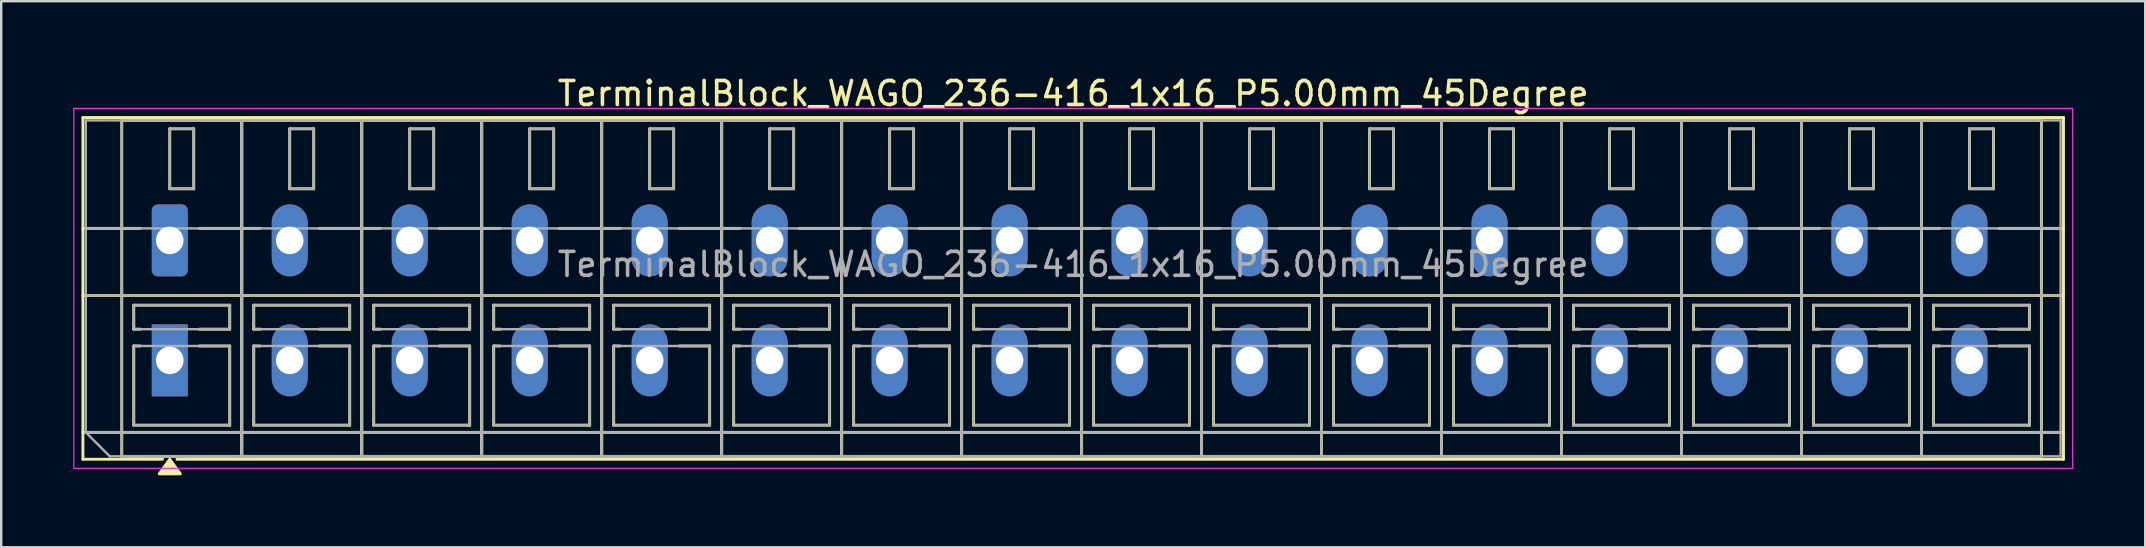
<source format=kicad_pcb>
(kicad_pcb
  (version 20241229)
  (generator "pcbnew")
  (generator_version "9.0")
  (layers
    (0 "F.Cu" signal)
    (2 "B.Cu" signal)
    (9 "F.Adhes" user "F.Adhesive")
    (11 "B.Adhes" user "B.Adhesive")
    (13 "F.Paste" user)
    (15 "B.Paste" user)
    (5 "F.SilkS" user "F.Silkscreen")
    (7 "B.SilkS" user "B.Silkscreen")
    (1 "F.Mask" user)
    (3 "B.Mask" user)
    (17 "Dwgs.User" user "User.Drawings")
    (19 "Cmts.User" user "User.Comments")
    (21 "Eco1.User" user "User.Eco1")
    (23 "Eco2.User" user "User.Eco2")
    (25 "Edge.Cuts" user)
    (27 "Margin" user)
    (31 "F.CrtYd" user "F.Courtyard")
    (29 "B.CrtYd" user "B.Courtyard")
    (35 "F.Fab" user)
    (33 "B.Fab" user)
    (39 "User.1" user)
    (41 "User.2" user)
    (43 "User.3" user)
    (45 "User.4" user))
  (footprint "TerminalBlock_WAGO_236-416_1x16_P5.00mm_45Degree"
    (layer "F.Cu")
    (at 4.025 6.968)
    (property "Reference" "TerminalBlock_WAGO_236-416_1x16_P5.00mm_45Degree" (at 37.65 -6.12 0) (layer "F.SilkS") (effects (font (size 1 1) (thickness 0.15))))
    (attr through_hole)
    (fp_line (start -3.62 -5.12) (end 78.92 -5.12) (stroke (width 0.12) (type solid)) (layer "F.SilkS"))
    (fp_line (start -3.62 -0.5) (end -1.23 -0.5) (stroke (width 0.12) (type solid)) (layer "F.SilkS"))
    (fp_line (start -3.62 2.3) (end 78.92 2.3) (stroke (width 0.12) (type solid)) (layer "F.SilkS"))
    (fp_line (start -3.62 8) (end 78.92 8) (stroke (width 0.12) (type solid)) (layer "F.SilkS"))
    (fp_line (start -3.62 9.12) (end -3.62 -5.12) (stroke (width 0.12) (type solid)) (layer "F.SilkS"))
    (fp_line (start -2 -5) (end 3 -5) (stroke (width 0.12) (type solid)) (layer "F.SilkS"))
    (fp_line (start -2 9) (end -2 -5) (stroke (width 0.12) (type solid)) (layer "F.SilkS"))
    (fp_line (start -1.5 2.7) (end 2.5 2.7) (stroke (width 0.12) (type solid)) (layer "F.SilkS"))
    (fp_line (start -1.5 3.7) (end -1.5 2.7) (stroke (width 0.12) (type solid)) (layer "F.SilkS"))
    (fp_line (start -1.5 4.4) (end -1.23 4.4) (stroke (width 0.12) (type solid)) (layer "F.SilkS"))
    (fp_line (start -1.5 7.7) (end -1.5 4.4) (stroke (width 0.12) (type solid)) (layer "F.SilkS"))
    (fp_line (start -1.23 3.7) (end -1.5 3.7) (stroke (width 0.12) (type solid)) (layer "F.SilkS"))
    (fp_line (start -0.3 9.12) (end -3.62 9.12) (stroke (width 0.12) (type solid)) (layer "F.SilkS"))
    (fp_line (start 0 -4.65) (end 1 -4.65) (stroke (width 0.12) (type solid)) (layer "F.SilkS"))
    (fp_line (start 0 -2.15) (end 0 -4.65) (stroke (width 0.12) (type solid)) (layer "F.SilkS"))
    (fp_line (start 1 -4.65) (end 1 -2.15) (stroke (width 0.12) (type solid)) (layer "F.SilkS"))
    (fp_line (start 1 -2.15) (end 0 -2.15) (stroke (width 0.12) (type solid)) (layer "F.SilkS"))
    (fp_line (start 1.23 -0.5) (end 3.77 -0.5) (stroke (width 0.12) (type solid)) (layer "F.SilkS"))
    (fp_line (start 1.23 4.4) (end 2.5 4.4) (stroke (width 0.12) (type solid)) (layer "F.SilkS"))
    (fp_line (start 2.5 2.7) (end 2.5 3.7) (stroke (width 0.12) (type solid)) (layer "F.SilkS"))
    (fp_line (start 2.5 3.7) (end 1.23 3.7) (stroke (width 0.12) (type solid)) (layer "F.SilkS"))
    (fp_line (start 2.5 4.4) (end 2.5 7.7) (stroke (width 0.12) (type solid)) (layer "F.SilkS"))
    (fp_line (start 2.5 7.7) (end -1.5 7.7) (stroke (width 0.12) (type solid)) (layer "F.SilkS"))
    (fp_line (start 3 -5) (end 3 9) (stroke (width 0.12) (type solid)) (layer "F.SilkS"))
    (fp_line (start 3 -5) (end 8 -5) (stroke (width 0.12) (type solid)) (layer "F.SilkS"))
    (fp_line (start 3 9) (end -2 9) (stroke (width 0.12) (type solid)) (layer "F.SilkS"))
    (fp_line (start 3 9) (end 3 -5) (stroke (width 0.12) (type solid)) (layer "F.SilkS"))
    (fp_line (start 3.5 2.7) (end 7.5 2.7) (stroke (width 0.12) (type solid)) (layer "F.SilkS"))
    (fp_line (start 3.5 3.7) (end 3.5 2.7) (stroke (width 0.12) (type solid)) (layer "F.SilkS"))
    (fp_line (start 3.5 4.4) (end 3.77 4.4) (stroke (width 0.12) (type solid)) (layer "F.SilkS"))
    (fp_line (start 3.5 7.7) (end 3.5 4.4) (stroke (width 0.12) (type solid)) (layer "F.SilkS"))
    (fp_line (start 3.77 3.7) (end 3.5 3.7) (stroke (width 0.12) (type solid)) (layer "F.SilkS"))
    (fp_line (start 5 -4.65) (end 6 -4.65) (stroke (width 0.12) (type solid)) (layer "F.SilkS"))
    (fp_line (start 5 -2.15) (end 5 -4.65) (stroke (width 0.12) (type solid)) (layer "F.SilkS"))
    (fp_line (start 6 -4.65) (end 6 -2.15) (stroke (width 0.12) (type solid)) (layer "F.SilkS"))
    (fp_line (start 6 -2.15) (end 5 -2.15) (stroke (width 0.12) (type solid)) (layer "F.SilkS"))
    (fp_line (start 6.23 -0.5) (end 8.77 -0.5) (stroke (width 0.12) (type solid)) (layer "F.SilkS"))
    (fp_line (start 6.23 4.4) (end 7.5 4.4) (stroke (width 0.12) (type solid)) (layer "F.SilkS"))
    (fp_line (start 7.5 2.7) (end 7.5 3.7) (stroke (width 0.12) (type solid)) (layer "F.SilkS"))
    (fp_line (start 7.5 3.7) (end 6.23 3.7) (stroke (width 0.12) (type solid)) (layer "F.SilkS"))
    (fp_line (start 7.5 4.4) (end 7.5 7.7) (stroke (width 0.12) (type solid)) (layer "F.SilkS"))
    (fp_line (start 7.5 7.7) (end 3.5 7.7) (stroke (width 0.12) (type solid)) (layer "F.SilkS"))
    (fp_line (start 8 -5) (end 8 9) (stroke (width 0.12) (type solid)) (layer "F.SilkS"))
    (fp_line (start 8 -5) (end 13 -5) (stroke (width 0.12) (type solid)) (layer "F.SilkS"))
    (fp_line (start 8 9) (end 3 9) (stroke (width 0.12) (type solid)) (layer "F.SilkS"))
    (fp_line (start 8 9) (end 8 -5) (stroke (width 0.12) (type solid)) (layer "F.SilkS"))
    (fp_line (start 8.5 2.7) (end 12.5 2.7) (stroke (width 0.12) (type solid)) (layer "F.SilkS"))
    (fp_line (start 8.5 3.7) (end 8.5 2.7) (stroke (width 0.12) (type solid)) (layer "F.SilkS"))
    (fp_line (start 8.5 4.4) (end 8.77 4.4) (stroke (width 0.12) (type solid)) (layer "F.SilkS"))
    (fp_line (start 8.5 7.7) (end 8.5 4.4) (stroke (width 0.12) (type solid)) (layer "F.SilkS"))
    (fp_line (start 8.77 3.7) (end 8.5 3.7) (stroke (width 0.12) (type solid)) (layer "F.SilkS"))
    (fp_line (start 10 -4.65) (end 11 -4.65) (stroke (width 0.12) (type solid)) (layer "F.SilkS"))
    (fp_line (start 10 -2.15) (end 10 -4.65) (stroke (width 0.12) (type solid)) (layer "F.SilkS"))
    (fp_line (start 11 -4.65) (end 11 -2.15) (stroke (width 0.12) (type solid)) (layer "F.SilkS"))
    (fp_line (start 11 -2.15) (end 10 -2.15) (stroke (width 0.12) (type solid)) (layer "F.SilkS"))
    (fp_line (start 11.23 -0.5) (end 13.77 -0.5) (stroke (width 0.12) (type solid)) (layer "F.SilkS"))
    (fp_line (start 11.23 4.4) (end 12.5 4.4) (stroke (width 0.12) (type solid)) (layer "F.SilkS"))
    (fp_line (start 12.5 2.7) (end 12.5 3.7) (stroke (width 0.12) (type solid)) (layer "F.SilkS"))
    (fp_line (start 12.5 3.7) (end 11.23 3.7) (stroke (width 0.12) (type solid)) (layer "F.SilkS"))
    (fp_line (start 12.5 4.4) (end 12.5 7.7) (stroke (width 0.12) (type solid)) (layer "F.SilkS"))
    (fp_line (start 12.5 7.7) (end 8.5 7.7) (stroke (width 0.12) (type solid)) (layer "F.SilkS"))
    (fp_line (start 13 -5) (end 13 9) (stroke (width 0.12) (type solid)) (layer "F.SilkS"))
    (fp_line (start 13 -5) (end 18 -5) (stroke (width 0.12) (type solid)) (layer "F.SilkS"))
    (fp_line (start 13 9) (end 8 9) (stroke (width 0.12) (type solid)) (layer "F.SilkS"))
    (fp_line (start 13 9) (end 13 -5) (stroke (width 0.12) (type solid)) (layer "F.SilkS"))
    (fp_line (start 13.5 2.7) (end 17.5 2.7) (stroke (width 0.12) (type solid)) (layer "F.SilkS"))
    (fp_line (start 13.5 3.7) (end 13.5 2.7) (stroke (width 0.12) (type solid)) (layer "F.SilkS"))
    (fp_line (start 13.5 4.4) (end 13.77 4.4) (stroke (width 0.12) (type solid)) (layer "F.SilkS"))
    (fp_line (start 13.5 7.7) (end 13.5 4.4) (stroke (width 0.12) (type solid)) (layer "F.SilkS"))
    (fp_line (start 13.77 3.7) (end 13.5 3.7) (stroke (width 0.12) (type solid)) (layer "F.SilkS"))
    (fp_line (start 15 -4.65) (end 16 -4.65) (stroke (width 0.12) (type solid)) (layer "F.SilkS"))
    (fp_line (start 15 -2.15) (end 15 -4.65) (stroke (width 0.12) (type solid)) (layer "F.SilkS"))
    (fp_line (start 16 -4.65) (end 16 -2.15) (stroke (width 0.12) (type solid)) (layer "F.SilkS"))
    (fp_line (start 16 -2.15) (end 15 -2.15) (stroke (width 0.12) (type solid)) (layer "F.SilkS"))
    (fp_line (start 16.23 -0.5) (end 18.77 -0.5) (stroke (width 0.12) (type solid)) (layer "F.SilkS"))
    (fp_line (start 16.23 4.4) (end 17.5 4.4) (stroke (width 0.12) (type solid)) (layer "F.SilkS"))
    (fp_line (start 17.5 2.7) (end 17.5 3.7) (stroke (width 0.12) (type solid)) (layer "F.SilkS"))
    (fp_line (start 17.5 3.7) (end 16.23 3.7) (stroke (width 0.12) (type solid)) (layer "F.SilkS"))
    (fp_line (start 17.5 4.4) (end 17.5 7.7) (stroke (width 0.12) (type solid)) (layer "F.SilkS"))
    (fp_line (start 17.5 7.7) (end 13.5 7.7) (stroke (width 0.12) (type solid)) (layer "F.SilkS"))
    (fp_line (start 18 -5) (end 18 9) (stroke (width 0.12) (type solid)) (layer "F.SilkS"))
    (fp_line (start 18 -5) (end 23 -5) (stroke (width 0.12) (type solid)) (layer "F.SilkS"))
    (fp_line (start 18 9) (end 13 9) (stroke (width 0.12) (type solid)) (layer "F.SilkS"))
    (fp_line (start 18 9) (end 18 -5) (stroke (width 0.12) (type solid)) (layer "F.SilkS"))
    (fp_line (start 18.5 2.7) (end 22.5 2.7) (stroke (width 0.12) (type solid)) (layer "F.SilkS"))
    (fp_line (start 18.5 3.7) (end 18.5 2.7) (stroke (width 0.12) (type solid)) (layer "F.SilkS"))
    (fp_line (start 18.5 4.4) (end 18.77 4.4) (stroke (width 0.12) (type solid)) (layer "F.SilkS"))
    (fp_line (start 18.5 7.7) (end 18.5 4.4) (stroke (width 0.12) (type solid)) (layer "F.SilkS"))
    (fp_line (start 18.77 3.7) (end 18.5 3.7) (stroke (width 0.12) (type solid)) (layer "F.SilkS"))
    (fp_line (start 20 -4.65) (end 21 -4.65) (stroke (width 0.12) (type solid)) (layer "F.SilkS"))
    (fp_line (start 20 -2.15) (end 20 -4.65) (stroke (width 0.12) (type solid)) (layer "F.SilkS"))
    (fp_line (start 21 -4.65) (end 21 -2.15) (stroke (width 0.12) (type solid)) (layer "F.SilkS"))
    (fp_line (start 21 -2.15) (end 20 -2.15) (stroke (width 0.12) (type solid)) (layer "F.SilkS"))
    (fp_line (start 21.23 -0.5) (end 23.77 -0.5) (stroke (width 0.12) (type solid)) (layer "F.SilkS"))
    (fp_line (start 21.23 4.4) (end 22.5 4.4) (stroke (width 0.12) (type solid)) (layer "F.SilkS"))
    (fp_line (start 22.5 2.7) (end 22.5 3.7) (stroke (width 0.12) (type solid)) (layer "F.SilkS"))
    (fp_line (start 22.5 3.7) (end 21.23 3.7) (stroke (width 0.12) (type solid)) (layer "F.SilkS"))
    (fp_line (start 22.5 4.4) (end 22.5 7.7) (stroke (width 0.12) (type solid)) (layer "F.SilkS"))
    (fp_line (start 22.5 7.7) (end 18.5 7.7) (stroke (width 0.12) (type solid)) (layer "F.SilkS"))
    (fp_line (start 23 -5) (end 23 9) (stroke (width 0.12) (type solid)) (layer "F.SilkS"))
    (fp_line (start 23 -5) (end 28 -5) (stroke (width 0.12) (type solid)) (layer "F.SilkS"))
    (fp_line (start 23 9) (end 18 9) (stroke (width 0.12) (type solid)) (layer "F.SilkS"))
    (fp_line (start 23 9) (end 23 -5) (stroke (width 0.12) (type solid)) (layer "F.SilkS"))
    (fp_line (start 23.5 2.7) (end 27.5 2.7) (stroke (width 0.12) (type solid)) (layer "F.SilkS"))
    (fp_line (start 23.5 3.7) (end 23.5 2.7) (stroke (width 0.12) (type solid)) (layer "F.SilkS"))
    (fp_line (start 23.5 4.4) (end 23.77 4.4) (stroke (width 0.12) (type solid)) (layer "F.SilkS"))
    (fp_line (start 23.5 7.7) (end 23.5 4.4) (stroke (width 0.12) (type solid)) (layer "F.SilkS"))
    (fp_line (start 23.77 3.7) (end 23.5 3.7) (stroke (width 0.12) (type solid)) (layer "F.SilkS"))
    (fp_line (start 25 -4.65) (end 26 -4.65) (stroke (width 0.12) (type solid)) (layer "F.SilkS"))
    (fp_line (start 25 -2.15) (end 25 -4.65) (stroke (width 0.12) (type solid)) (layer "F.SilkS"))
    (fp_line (start 26 -4.65) (end 26 -2.15) (stroke (width 0.12) (type solid)) (layer "F.SilkS"))
    (fp_line (start 26 -2.15) (end 25 -2.15) (stroke (width 0.12) (type solid)) (layer "F.SilkS"))
    (fp_line (start 26.23 -0.5) (end 28.77 -0.5) (stroke (width 0.12) (type solid)) (layer "F.SilkS"))
    (fp_line (start 26.23 4.4) (end 27.5 4.4) (stroke (width 0.12) (type solid)) (layer "F.SilkS"))
    (fp_line (start 27.5 2.7) (end 27.5 3.7) (stroke (width 0.12) (type solid)) (layer "F.SilkS"))
    (fp_line (start 27.5 3.7) (end 26.23 3.7) (stroke (width 0.12) (type solid)) (layer "F.SilkS"))
    (fp_line (start 27.5 4.4) (end 27.5 7.7) (stroke (width 0.12) (type solid)) (layer "F.SilkS"))
    (fp_line (start 27.5 7.7) (end 23.5 7.7) (stroke (width 0.12) (type solid)) (layer "F.SilkS"))
    (fp_line (start 28 -5) (end 28 9) (stroke (width 0.12) (type solid)) (layer "F.SilkS"))
    (fp_line (start 28 -5) (end 33 -5) (stroke (width 0.12) (type solid)) (layer "F.SilkS"))
    (fp_line (start 28 9) (end 23 9) (stroke (width 0.12) (type solid)) (layer "F.SilkS"))
    (fp_line (start 28 9) (end 28 -5) (stroke (width 0.12) (type solid)) (layer "F.SilkS"))
    (fp_line (start 28.5 2.7) (end 32.5 2.7) (stroke (width 0.12) (type solid)) (layer "F.SilkS"))
    (fp_line (start 28.5 3.7) (end 28.5 2.7) (stroke (width 0.12) (type solid)) (layer "F.SilkS"))
    (fp_line (start 28.5 4.4) (end 28.77 4.4) (stroke (width 0.12) (type solid)) (layer "F.SilkS"))
    (fp_line (start 28.5 7.7) (end 28.5 4.4) (stroke (width 0.12) (type solid)) (layer "F.SilkS"))
    (fp_line (start 28.77 3.7) (end 28.5 3.7) (stroke (width 0.12) (type solid)) (layer "F.SilkS"))
    (fp_line (start 30 -4.65) (end 31 -4.65) (stroke (width 0.12) (type solid)) (layer "F.SilkS"))
    (fp_line (start 30 -2.15) (end 30 -4.65) (stroke (width 0.12) (type solid)) (layer "F.SilkS"))
    (fp_line (start 31 -4.65) (end 31 -2.15) (stroke (width 0.12) (type solid)) (layer "F.SilkS"))
    (fp_line (start 31 -2.15) (end 30 -2.15) (stroke (width 0.12) (type solid)) (layer "F.SilkS"))
    (fp_line (start 31.23 -0.5) (end 33.77 -0.5) (stroke (width 0.12) (type solid)) (layer "F.SilkS"))
    (fp_line (start 31.23 4.4) (end 32.5 4.4) (stroke (width 0.12) (type solid)) (layer "F.SilkS"))
    (fp_line (start 32.5 2.7) (end 32.5 3.7) (stroke (width 0.12) (type solid)) (layer "F.SilkS"))
    (fp_line (start 32.5 3.7) (end 31.23 3.7) (stroke (width 0.12) (type solid)) (layer "F.SilkS"))
    (fp_line (start 32.5 4.4) (end 32.5 7.7) (stroke (width 0.12) (type solid)) (layer "F.SilkS"))
    (fp_line (start 32.5 7.7) (end 28.5 7.7) (stroke (width 0.12) (type solid)) (layer "F.SilkS"))
    (fp_line (start 33 -5) (end 33 9) (stroke (width 0.12) (type solid)) (layer "F.SilkS"))
    (fp_line (start 33 -5) (end 38 -5) (stroke (width 0.12) (type solid)) (layer "F.SilkS"))
    (fp_line (start 33 9) (end 28 9) (stroke (width 0.12) (type solid)) (layer "F.SilkS"))
    (fp_line (start 33 9) (end 33 -5) (stroke (width 0.12) (type solid)) (layer "F.SilkS"))
    (fp_line (start 33.5 2.7) (end 37.5 2.7) (stroke (width 0.12) (type solid)) (layer "F.SilkS"))
    (fp_line (start 33.5 3.7) (end 33.5 2.7) (stroke (width 0.12) (type solid)) (layer "F.SilkS"))
    (fp_line (start 33.5 4.4) (end 33.77 4.4) (stroke (width 0.12) (type solid)) (layer "F.SilkS"))
    (fp_line (start 33.5 7.7) (end 33.5 4.4) (stroke (width 0.12) (type solid)) (layer "F.SilkS"))
    (fp_line (start 33.77 3.7) (end 33.5 3.7) (stroke (width 0.12) (type solid)) (layer "F.SilkS"))
    (fp_line (start 35 -4.65) (end 36 -4.65) (stroke (width 0.12) (type solid)) (layer "F.SilkS"))
    (fp_line (start 35 -2.15) (end 35 -4.65) (stroke (width 0.12) (type solid)) (layer "F.SilkS"))
    (fp_line (start 36 -4.65) (end 36 -2.15) (stroke (width 0.12) (type solid)) (layer "F.SilkS"))
    (fp_line (start 36 -2.15) (end 35 -2.15) (stroke (width 0.12) (type solid)) (layer "F.SilkS"))
    (fp_line (start 36.23 -0.5) (end 38.77 -0.5) (stroke (width 0.12) (type solid)) (layer "F.SilkS"))
    (fp_line (start 36.23 4.4) (end 37.5 4.4) (stroke (width 0.12) (type solid)) (layer "F.SilkS"))
    (fp_line (start 37.5 2.7) (end 37.5 3.7) (stroke (width 0.12) (type solid)) (layer "F.SilkS"))
    (fp_line (start 37.5 3.7) (end 36.23 3.7) (stroke (width 0.12) (type solid)) (layer "F.SilkS"))
    (fp_line (start 37.5 4.4) (end 37.5 7.7) (stroke (width 0.12) (type solid)) (layer "F.SilkS"))
    (fp_line (start 37.5 7.7) (end 33.5 7.7) (stroke (width 0.12) (type solid)) (layer "F.SilkS"))
    (fp_line (start 38 -5) (end 38 9) (stroke (width 0.12) (type solid)) (layer "F.SilkS"))
    (fp_line (start 38 -5) (end 43 -5) (stroke (width 0.12) (type solid)) (layer "F.SilkS"))
    (fp_line (start 38 9) (end 33 9) (stroke (width 0.12) (type solid)) (layer "F.SilkS"))
    (fp_line (start 38 9) (end 38 -5) (stroke (width 0.12) (type solid)) (layer "F.SilkS"))
    (fp_line (start 38.5 2.7) (end 42.5 2.7) (stroke (width 0.12) (type solid)) (layer "F.SilkS"))
    (fp_line (start 38.5 3.7) (end 38.5 2.7) (stroke (width 0.12) (type solid)) (layer "F.SilkS"))
    (fp_line (start 38.5 4.4) (end 38.77 4.4) (stroke (width 0.12) (type solid)) (layer "F.SilkS"))
    (fp_line (start 38.5 7.7) (end 38.5 4.4) (stroke (width 0.12) (type solid)) (layer "F.SilkS"))
    (fp_line (start 38.77 3.7) (end 38.5 3.7) (stroke (width 0.12) (type solid)) (layer "F.SilkS"))
    (fp_line (start 40 -4.65) (end 41 -4.65) (stroke (width 0.12) (type solid)) (layer "F.SilkS"))
    (fp_line (start 40 -2.15) (end 40 -4.65) (stroke (width 0.12) (type solid)) (layer "F.SilkS"))
    (fp_line (start 41 -4.65) (end 41 -2.15) (stroke (width 0.12) (type solid)) (layer "F.SilkS"))
    (fp_line (start 41 -2.15) (end 40 -2.15) (stroke (width 0.12) (type solid)) (layer "F.SilkS"))
    (fp_line (start 41.23 -0.5) (end 43.77 -0.5) (stroke (width 0.12) (type solid)) (layer "F.SilkS"))
    (fp_line (start 41.23 4.4) (end 42.5 4.4) (stroke (width 0.12) (type solid)) (layer "F.SilkS"))
    (fp_line (start 42.5 2.7) (end 42.5 3.7) (stroke (width 0.12) (type solid)) (layer "F.SilkS"))
    (fp_line (start 42.5 3.7) (end 41.23 3.7) (stroke (width 0.12) (type solid)) (layer "F.SilkS"))
    (fp_line (start 42.5 4.4) (end 42.5 7.7) (stroke (width 0.12) (type solid)) (layer "F.SilkS"))
    (fp_line (start 42.5 7.7) (end 38.5 7.7) (stroke (width 0.12) (type solid)) (layer "F.SilkS"))
    (fp_line (start 43 -5) (end 43 9) (stroke (width 0.12) (type solid)) (layer "F.SilkS"))
    (fp_line (start 43 -5) (end 48 -5) (stroke (width 0.12) (type solid)) (layer "F.SilkS"))
    (fp_line (start 43 9) (end 38 9) (stroke (width 0.12) (type solid)) (layer "F.SilkS"))
    (fp_line (start 43 9) (end 43 -5) (stroke (width 0.12) (type solid)) (layer "F.SilkS"))
    (fp_line (start 43.5 2.7) (end 47.5 2.7) (stroke (width 0.12) (type solid)) (layer "F.SilkS"))
    (fp_line (start 43.5 3.7) (end 43.5 2.7) (stroke (width 0.12) (type solid)) (layer "F.SilkS"))
    (fp_line (start 43.5 4.4) (end 43.77 4.4) (stroke (width 0.12) (type solid)) (layer "F.SilkS"))
    (fp_line (start 43.5 7.7) (end 43.5 4.4) (stroke (width 0.12) (type solid)) (layer "F.SilkS"))
    (fp_line (start 43.77 3.7) (end 43.5 3.7) (stroke (width 0.12) (type solid)) (layer "F.SilkS"))
    (fp_line (start 45 -4.65) (end 46 -4.65) (stroke (width 0.12) (type solid)) (layer "F.SilkS"))
    (fp_line (start 45 -2.15) (end 45 -4.65) (stroke (width 0.12) (type solid)) (layer "F.SilkS"))
    (fp_line (start 46 -4.65) (end 46 -2.15) (stroke (width 0.12) (type solid)) (layer "F.SilkS"))
    (fp_line (start 46 -2.15) (end 45 -2.15) (stroke (width 0.12) (type solid)) (layer "F.SilkS"))
    (fp_line (start 46.23 -0.5) (end 48.77 -0.5) (stroke (width 0.12) (type solid)) (layer "F.SilkS"))
    (fp_line (start 46.23 4.4) (end 47.5 4.4) (stroke (width 0.12) (type solid)) (layer "F.SilkS"))
    (fp_line (start 47.5 2.7) (end 47.5 3.7) (stroke (width 0.12) (type solid)) (layer "F.SilkS"))
    (fp_line (start 47.5 3.7) (end 46.23 3.7) (stroke (width 0.12) (type solid)) (layer "F.SilkS"))
    (fp_line (start 47.5 4.4) (end 47.5 7.7) (stroke (width 0.12) (type solid)) (layer "F.SilkS"))
    (fp_line (start 47.5 7.7) (end 43.5 7.7) (stroke (width 0.12) (type solid)) (layer "F.SilkS"))
    (fp_line (start 48 -5) (end 48 9) (stroke (width 0.12) (type solid)) (layer "F.SilkS"))
    (fp_line (start 48 -5) (end 53 -5) (stroke (width 0.12) (type solid)) (layer "F.SilkS"))
    (fp_line (start 48 9) (end 43 9) (stroke (width 0.12) (type solid)) (layer "F.SilkS"))
    (fp_line (start 48 9) (end 48 -5) (stroke (width 0.12) (type solid)) (layer "F.SilkS"))
    (fp_line (start 48.5 2.7) (end 52.5 2.7) (stroke (width 0.12) (type solid)) (layer "F.SilkS"))
    (fp_line (start 48.5 3.7) (end 48.5 2.7) (stroke (width 0.12) (type solid)) (layer "F.SilkS"))
    (fp_line (start 48.5 4.4) (end 48.77 4.4) (stroke (width 0.12) (type solid)) (layer "F.SilkS"))
    (fp_line (start 48.5 7.7) (end 48.5 4.4) (stroke (width 0.12) (type solid)) (layer "F.SilkS"))
    (fp_line (start 48.77 3.7) (end 48.5 3.7) (stroke (width 0.12) (type solid)) (layer "F.SilkS"))
    (fp_line (start 50 -4.65) (end 51 -4.65) (stroke (width 0.12) (type solid)) (layer "F.SilkS"))
    (fp_line (start 50 -2.15) (end 50 -4.65) (stroke (width 0.12) (type solid)) (layer "F.SilkS"))
    (fp_line (start 51 -4.65) (end 51 -2.15) (stroke (width 0.12) (type solid)) (layer "F.SilkS"))
    (fp_line (start 51 -2.15) (end 50 -2.15) (stroke (width 0.12) (type solid)) (layer "F.SilkS"))
    (fp_line (start 51.23 -0.5) (end 53.77 -0.5) (stroke (width 0.12) (type solid)) (layer "F.SilkS"))
    (fp_line (start 51.23 4.4) (end 52.5 4.4) (stroke (width 0.12) (type solid)) (layer "F.SilkS"))
    (fp_line (start 52.5 2.7) (end 52.5 3.7) (stroke (width 0.12) (type solid)) (layer "F.SilkS"))
    (fp_line (start 52.5 3.7) (end 51.23 3.7) (stroke (width 0.12) (type solid)) (layer "F.SilkS"))
    (fp_line (start 52.5 4.4) (end 52.5 7.7) (stroke (width 0.12) (type solid)) (layer "F.SilkS"))
    (fp_line (start 52.5 7.7) (end 48.5 7.7) (stroke (width 0.12) (type solid)) (layer "F.SilkS"))
    (fp_line (start 53 -5) (end 53 9) (stroke (width 0.12) (type solid)) (layer "F.SilkS"))
    (fp_line (start 53 -5) (end 58 -5) (stroke (width 0.12) (type solid)) (layer "F.SilkS"))
    (fp_line (start 53 9) (end 48 9) (stroke (width 0.12) (type solid)) (layer "F.SilkS"))
    (fp_line (start 53 9) (end 53 -5) (stroke (width 0.12) (type solid)) (layer "F.SilkS"))
    (fp_line (start 53.5 2.7) (end 57.5 2.7) (stroke (width 0.12) (type solid)) (layer "F.SilkS"))
    (fp_line (start 53.5 3.7) (end 53.5 2.7) (stroke (width 0.12) (type solid)) (layer "F.SilkS"))
    (fp_line (start 53.5 4.4) (end 53.77 4.4) (stroke (width 0.12) (type solid)) (layer "F.SilkS"))
    (fp_line (start 53.5 7.7) (end 53.5 4.4) (stroke (width 0.12) (type solid)) (layer "F.SilkS"))
    (fp_line (start 53.77 3.7) (end 53.5 3.7) (stroke (width 0.12) (type solid)) (layer "F.SilkS"))
    (fp_line (start 55 -4.65) (end 56 -4.65) (stroke (width 0.12) (type solid)) (layer "F.SilkS"))
    (fp_line (start 55 -2.15) (end 55 -4.65) (stroke (width 0.12) (type solid)) (layer "F.SilkS"))
    (fp_line (start 56 -4.65) (end 56 -2.15) (stroke (width 0.12) (type solid)) (layer "F.SilkS"))
    (fp_line (start 56 -2.15) (end 55 -2.15) (stroke (width 0.12) (type solid)) (layer "F.SilkS"))
    (fp_line (start 56.23 -0.5) (end 58.77 -0.5) (stroke (width 0.12) (type solid)) (layer "F.SilkS"))
    (fp_line (start 56.23 4.4) (end 57.5 4.4) (stroke (width 0.12) (type solid)) (layer "F.SilkS"))
    (fp_line (start 57.5 2.7) (end 57.5 3.7) (stroke (width 0.12) (type solid)) (layer "F.SilkS"))
    (fp_line (start 57.5 3.7) (end 56.23 3.7) (stroke (width 0.12) (type solid)) (layer "F.SilkS"))
    (fp_line (start 57.5 4.4) (end 57.5 7.7) (stroke (width 0.12) (type solid)) (layer "F.SilkS"))
    (fp_line (start 57.5 7.7) (end 53.5 7.7) (stroke (width 0.12) (type solid)) (layer "F.SilkS"))
    (fp_line (start 58 -5) (end 58 9) (stroke (width 0.12) (type solid)) (layer "F.SilkS"))
    (fp_line (start 58 -5) (end 63 -5) (stroke (width 0.12) (type solid)) (layer "F.SilkS"))
    (fp_line (start 58 9) (end 53 9) (stroke (width 0.12) (type solid)) (layer "F.SilkS"))
    (fp_line (start 58 9) (end 58 -5) (stroke (width 0.12) (type solid)) (layer "F.SilkS"))
    (fp_line (start 58.5 2.7) (end 62.5 2.7) (stroke (width 0.12) (type solid)) (layer "F.SilkS"))
    (fp_line (start 58.5 3.7) (end 58.5 2.7) (stroke (width 0.12) (type solid)) (layer "F.SilkS"))
    (fp_line (start 58.5 4.4) (end 58.77 4.4) (stroke (width 0.12) (type solid)) (layer "F.SilkS"))
    (fp_line (start 58.5 7.7) (end 58.5 4.4) (stroke (width 0.12) (type solid)) (layer "F.SilkS"))
    (fp_line (start 58.77 3.7) (end 58.5 3.7) (stroke (width 0.12) (type solid)) (layer "F.SilkS"))
    (fp_line (start 60 -4.65) (end 61 -4.65) (stroke (width 0.12) (type solid)) (layer "F.SilkS"))
    (fp_line (start 60 -2.15) (end 60 -4.65) (stroke (width 0.12) (type solid)) (layer "F.SilkS"))
    (fp_line (start 61 -4.65) (end 61 -2.15) (stroke (width 0.12) (type solid)) (layer "F.SilkS"))
    (fp_line (start 61 -2.15) (end 60 -2.15) (stroke (width 0.12) (type solid)) (layer "F.SilkS"))
    (fp_line (start 61.23 -0.5) (end 63.77 -0.5) (stroke (width 0.12) (type solid)) (layer "F.SilkS"))
    (fp_line (start 61.23 4.4) (end 62.5 4.4) (stroke (width 0.12) (type solid)) (layer "F.SilkS"))
    (fp_line (start 62.5 2.7) (end 62.5 3.7) (stroke (width 0.12) (type solid)) (layer "F.SilkS"))
    (fp_line (start 62.5 3.7) (end 61.23 3.7) (stroke (width 0.12) (type solid)) (layer "F.SilkS"))
    (fp_line (start 62.5 4.4) (end 62.5 7.7) (stroke (width 0.12) (type solid)) (layer "F.SilkS"))
    (fp_line (start 62.5 7.7) (end 58.5 7.7) (stroke (width 0.12) (type solid)) (layer "F.SilkS"))
    (fp_line (start 63 -5) (end 63 9) (stroke (width 0.12) (type solid)) (layer "F.SilkS"))
    (fp_line (start 63 -5) (end 68 -5) (stroke (width 0.12) (type solid)) (layer "F.SilkS"))
    (fp_line (start 63 9) (end 58 9) (stroke (width 0.12) (type solid)) (layer "F.SilkS"))
    (fp_line (start 63 9) (end 63 -5) (stroke (width 0.12) (type solid)) (layer "F.SilkS"))
    (fp_line (start 63.5 2.7) (end 67.5 2.7) (stroke (width 0.12) (type solid)) (layer "F.SilkS"))
    (fp_line (start 63.5 3.7) (end 63.5 2.7) (stroke (width 0.12) (type solid)) (layer "F.SilkS"))
    (fp_line (start 63.5 4.4) (end 63.77 4.4) (stroke (width 0.12) (type solid)) (layer "F.SilkS"))
    (fp_line (start 63.5 7.7) (end 63.5 4.4) (stroke (width 0.12) (type solid)) (layer "F.SilkS"))
    (fp_line (start 63.77 3.7) (end 63.5 3.7) (stroke (width 0.12) (type solid)) (layer "F.SilkS"))
    (fp_line (start 65 -4.65) (end 66 -4.65) (stroke (width 0.12) (type solid)) (layer "F.SilkS"))
    (fp_line (start 65 -2.15) (end 65 -4.65) (stroke (width 0.12) (type solid)) (layer "F.SilkS"))
    (fp_line (start 66 -4.65) (end 66 -2.15) (stroke (width 0.12) (type solid)) (layer "F.SilkS"))
    (fp_line (start 66 -2.15) (end 65 -2.15) (stroke (width 0.12) (type solid)) (layer "F.SilkS"))
    (fp_line (start 66.23 -0.5) (end 68.77 -0.5) (stroke (width 0.12) (type solid)) (layer "F.SilkS"))
    (fp_line (start 66.23 4.4) (end 67.5 4.4) (stroke (width 0.12) (type solid)) (layer "F.SilkS"))
    (fp_line (start 67.5 2.7) (end 67.5 3.7) (stroke (width 0.12) (type solid)) (layer "F.SilkS"))
    (fp_line (start 67.5 3.7) (end 66.23 3.7) (stroke (width 0.12) (type solid)) (layer "F.SilkS"))
    (fp_line (start 67.5 4.4) (end 67.5 7.7) (stroke (width 0.12) (type solid)) (layer "F.SilkS"))
    (fp_line (start 67.5 7.7) (end 63.5 7.7) (stroke (width 0.12) (type solid)) (layer "F.SilkS"))
    (fp_line (start 68 -5) (end 68 9) (stroke (width 0.12) (type solid)) (layer "F.SilkS"))
    (fp_line (start 68 -5) (end 73 -5) (stroke (width 0.12) (type solid)) (layer "F.SilkS"))
    (fp_line (start 68 9) (end 63 9) (stroke (width 0.12) (type solid)) (layer "F.SilkS"))
    (fp_line (start 68 9) (end 68 -5) (stroke (width 0.12) (type solid)) (layer "F.SilkS"))
    (fp_line (start 68.5 2.7) (end 72.5 2.7) (stroke (width 0.12) (type solid)) (layer "F.SilkS"))
    (fp_line (start 68.5 3.7) (end 68.5 2.7) (stroke (width 0.12) (type solid)) (layer "F.SilkS"))
    (fp_line (start 68.5 4.4) (end 68.77 4.4) (stroke (width 0.12) (type solid)) (layer "F.SilkS"))
    (fp_line (start 68.5 7.7) (end 68.5 4.4) (stroke (width 0.12) (type solid)) (layer "F.SilkS"))
    (fp_line (start 68.77 3.7) (end 68.5 3.7) (stroke (width 0.12) (type solid)) (layer "F.SilkS"))
    (fp_line (start 70 -4.65) (end 71 -4.65) (stroke (width 0.12) (type solid)) (layer "F.SilkS"))
    (fp_line (start 70 -2.15) (end 70 -4.65) (stroke (width 0.12) (type solid)) (layer "F.SilkS"))
    (fp_line (start 71 -4.65) (end 71 -2.15) (stroke (width 0.12) (type solid)) (layer "F.SilkS"))
    (fp_line (start 71 -2.15) (end 70 -2.15) (stroke (width 0.12) (type solid)) (layer "F.SilkS"))
    (fp_line (start 71.23 -0.5) (end 73.77 -0.5) (stroke (width 0.12) (type solid)) (layer "F.SilkS"))
    (fp_line (start 71.23 4.4) (end 72.5 4.4) (stroke (width 0.12) (type solid)) (layer "F.SilkS"))
    (fp_line (start 72.5 2.7) (end 72.5 3.7) (stroke (width 0.12) (type solid)) (layer "F.SilkS"))
    (fp_line (start 72.5 3.7) (end 71.23 3.7) (stroke (width 0.12) (type solid)) (layer "F.SilkS"))
    (fp_line (start 72.5 4.4) (end 72.5 7.7) (stroke (width 0.12) (type solid)) (layer "F.SilkS"))
    (fp_line (start 72.5 7.7) (end 68.5 7.7) (stroke (width 0.12) (type solid)) (layer "F.SilkS"))
    (fp_line (start 73 -5) (end 73 9) (stroke (width 0.12) (type solid)) (layer "F.SilkS"))
    (fp_line (start 73 -5) (end 78 -5) (stroke (width 0.12) (type solid)) (layer "F.SilkS"))
    (fp_line (start 73 9) (end 68 9) (stroke (width 0.12) (type solid)) (layer "F.SilkS"))
    (fp_line (start 73 9) (end 73 -5) (stroke (width 0.12) (type solid)) (layer "F.SilkS"))
    (fp_line (start 73.5 2.7) (end 77.5 2.7) (stroke (width 0.12) (type solid)) (layer "F.SilkS"))
    (fp_line (start 73.5 3.7) (end 73.5 2.7) (stroke (width 0.12) (type solid)) (layer "F.SilkS"))
    (fp_line (start 73.5 4.4) (end 73.77 4.4) (stroke (width 0.12) (type solid)) (layer "F.SilkS"))
    (fp_line (start 73.5 7.7) (end 73.5 4.4) (stroke (width 0.12) (type solid)) (layer "F.SilkS"))
    (fp_line (start 73.77 3.7) (end 73.5 3.7) (stroke (width 0.12) (type solid)) (layer "F.SilkS"))
    (fp_line (start 75 -4.65) (end 76 -4.65) (stroke (width 0.12) (type solid)) (layer "F.SilkS"))
    (fp_line (start 75 -2.15) (end 75 -4.65) (stroke (width 0.12) (type solid)) (layer "F.SilkS"))
    (fp_line (start 76 -4.65) (end 76 -2.15) (stroke (width 0.12) (type solid)) (layer "F.SilkS"))
    (fp_line (start 76 -2.15) (end 75 -2.15) (stroke (width 0.12) (type solid)) (layer "F.SilkS"))
    (fp_line (start 76.23 -0.5) (end 78.92 -0.5) (stroke (width 0.12) (type solid)) (layer "F.SilkS"))
    (fp_line (start 76.23 4.4) (end 77.5 4.4) (stroke (width 0.12) (type solid)) (layer "F.SilkS"))
    (fp_line (start 77.5 2.7) (end 77.5 3.7) (stroke (width 0.12) (type solid)) (layer "F.SilkS"))
    (fp_line (start 77.5 3.7) (end 76.23 3.7) (stroke (width 0.12) (type solid)) (layer "F.SilkS"))
    (fp_line (start 77.5 4.4) (end 77.5 7.7) (stroke (width 0.12) (type solid)) (layer "F.SilkS"))
    (fp_line (start 77.5 7.7) (end 73.5 7.7) (stroke (width 0.12) (type solid)) (layer "F.SilkS"))
    (fp_line (start 78 -5) (end 78 9) (stroke (width 0.12) (type solid)) (layer "F.SilkS"))
    (fp_line (start 78 9) (end 73 9) (stroke (width 0.12) (type solid)) (layer "F.SilkS"))
    (fp_line (start 78.92 -5.12) (end 78.92 9.12) (stroke (width 0.12) (type solid)) (layer "F.SilkS"))
    (fp_line (start 78.92 9.12) (end 0.3 9.12) (stroke (width 0.12) (type solid)) (layer "F.SilkS"))
    (fp_poly (pts (xy 0 9.12) (xy 0.44 9.73) (xy -0.44 9.73)) (stroke (width 0.12) (type solid)) (fill yes) (layer "F.SilkS"))
    (fp_line (start -4 -5.5) (end -4 9.5) (stroke (width 0.05) (type solid)) (layer "F.CrtYd"))
    (fp_line (start -4 9.5) (end 79.3 9.5) (stroke (width 0.05) (type solid)) (layer "F.CrtYd"))
    (fp_line (start 79.3 -5.5) (end -4 -5.5) (stroke (width 0.05) (type solid)) (layer "F.CrtYd"))
    (fp_line (start 79.3 9.5) (end 79.3 -5.5) (stroke (width 0.05) (type solid)) (layer "F.CrtYd"))
    (fp_line (start -3.5 -5) (end 78.8 -5) (stroke (width 0.1) (type solid)) (layer "F.Fab"))
    (fp_line (start -3.5 -0.5) (end 78.8 -0.5) (stroke (width 0.1) (type solid)) (layer "F.Fab"))
    (fp_line (start -3.5 2.3) (end 78.8 2.3) (stroke (width 0.1) (type solid)) (layer "F.Fab"))
    (fp_line (start -3.5 8) (end -3.5 -5) (stroke (width 0.1) (type solid)) (layer "F.Fab"))
    (fp_line (start -3.5 8) (end 78.8 8) (stroke (width 0.1) (type solid)) (layer "F.Fab"))
    (fp_line (start -2.5 9) (end -3.5 8) (stroke (width 0.1) (type solid)) (layer "F.Fab"))
    (fp_line (start -2 -5) (end -2 9) (stroke (width 0.1) (type solid)) (layer "F.Fab"))
    (fp_line (start -2 9) (end 3 9) (stroke (width 0.1) (type solid)) (layer "F.Fab"))
    (fp_line (start -1.5 2.7) (end -1.5 3.7) (stroke (width 0.1) (type solid)) (layer "F.Fab"))
    (fp_line (start -1.5 3.7) (end 2.5 3.7) (stroke (width 0.1) (type solid)) (layer "F.Fab"))
    (fp_line (start -1.5 4.4) (end -1.5 7.7) (stroke (width 0.1) (type solid)) (layer "F.Fab"))
    (fp_line (start -1.5 7.7) (end 2.5 7.7) (stroke (width 0.1) (type solid)) (layer "F.Fab"))
    (fp_line (start 0 -4.65) (end 0 -2.15) (stroke (width 0.1) (type solid)) (layer "F.Fab"))
    (fp_line (start 0 -2.15) (end 1 -2.15) (stroke (width 0.1) (type solid)) (layer "F.Fab"))
    (fp_line (start 1 -4.65) (end 0 -4.65) (stroke (width 0.1) (type solid)) (layer "F.Fab"))
    (fp_line (start 1 -2.15) (end 1 -4.65) (stroke (width 0.1) (type solid)) (layer "F.Fab"))
    (fp_line (start 2.5 2.7) (end -1.5 2.7) (stroke (width 0.1) (type solid)) (layer "F.Fab"))
    (fp_line (start 2.5 3.7) (end 2.5 2.7) (stroke (width 0.1) (type solid)) (layer "F.Fab"))
    (fp_line (start 2.5 4.4) (end -1.5 4.4) (stroke (width 0.1) (type solid)) (layer "F.Fab"))
    (fp_line (start 2.5 7.7) (end 2.5 4.4) (stroke (width 0.1) (type solid)) (layer "F.Fab"))
    (fp_line (start 3 -5) (end -2 -5) (stroke (width 0.1) (type solid)) (layer "F.Fab"))
    (fp_line (start 3 -5) (end 3 9) (stroke (width 0.1) (type solid)) (layer "F.Fab"))
    (fp_line (start 3 9) (end 3 -5) (stroke (width 0.1) (type solid)) (layer "F.Fab"))
    (fp_line (start 3 9) (end 8 9) (stroke (width 0.1) (type solid)) (layer "F.Fab"))
    (fp_line (start 3.5 2.7) (end 3.5 3.7) (stroke (width 0.1) (type solid)) (layer "F.Fab"))
    (fp_line (start 3.5 3.7) (end 7.5 3.7) (stroke (width 0.1) (type solid)) (layer "F.Fab"))
    (fp_line (start 3.5 4.4) (end 3.5 7.7) (stroke (width 0.1) (type solid)) (layer "F.Fab"))
    (fp_line (start 3.5 7.7) (end 7.5 7.7) (stroke (width 0.1) (type solid)) (layer "F.Fab"))
    (fp_line (start 5 -4.65) (end 5 -2.15) (stroke (width 0.1) (type solid)) (layer "F.Fab"))
    (fp_line (start 5 -2.15) (end 6 -2.15) (stroke (width 0.1) (type solid)) (layer "F.Fab"))
    (fp_line (start 6 -4.65) (end 5 -4.65) (stroke (width 0.1) (type solid)) (layer "F.Fab"))
    (fp_line (start 6 -2.15) (end 6 -4.65) (stroke (width 0.1) (type solid)) (layer "F.Fab"))
    (fp_line (start 7.5 2.7) (end 3.5 2.7) (stroke (width 0.1) (type solid)) (layer "F.Fab"))
    (fp_line (start 7.5 3.7) (end 7.5 2.7) (stroke (width 0.1) (type solid)) (layer "F.Fab"))
    (fp_line (start 7.5 4.4) (end 3.5 4.4) (stroke (width 0.1) (type solid)) (layer "F.Fab"))
    (fp_line (start 7.5 7.7) (end 7.5 4.4) (stroke (width 0.1) (type solid)) (layer "F.Fab"))
    (fp_line (start 8 -5) (end 3 -5) (stroke (width 0.1) (type solid)) (layer "F.Fab"))
    (fp_line (start 8 -5) (end 8 9) (stroke (width 0.1) (type solid)) (layer "F.Fab"))
    (fp_line (start 8 9) (end 8 -5) (stroke (width 0.1) (type solid)) (layer "F.Fab"))
    (fp_line (start 8 9) (end 13 9) (stroke (width 0.1) (type solid)) (layer "F.Fab"))
    (fp_line (start 8.5 2.7) (end 8.5 3.7) (stroke (width 0.1) (type solid)) (layer "F.Fab"))
    (fp_line (start 8.5 3.7) (end 12.5 3.7) (stroke (width 0.1) (type solid)) (layer "F.Fab"))
    (fp_line (start 8.5 4.4) (end 8.5 7.7) (stroke (width 0.1) (type solid)) (layer "F.Fab"))
    (fp_line (start 8.5 7.7) (end 12.5 7.7) (stroke (width 0.1) (type solid)) (layer "F.Fab"))
    (fp_line (start 10 -4.65) (end 10 -2.15) (stroke (width 0.1) (type solid)) (layer "F.Fab"))
    (fp_line (start 10 -2.15) (end 11 -2.15) (stroke (width 0.1) (type solid)) (layer "F.Fab"))
    (fp_line (start 11 -4.65) (end 10 -4.65) (stroke (width 0.1) (type solid)) (layer "F.Fab"))
    (fp_line (start 11 -2.15) (end 11 -4.65) (stroke (width 0.1) (type solid)) (layer "F.Fab"))
    (fp_line (start 12.5 2.7) (end 8.5 2.7) (stroke (width 0.1) (type solid)) (layer "F.Fab"))
    (fp_line (start 12.5 3.7) (end 12.5 2.7) (stroke (width 0.1) (type solid)) (layer "F.Fab"))
    (fp_line (start 12.5 4.4) (end 8.5 4.4) (stroke (width 0.1) (type solid)) (layer "F.Fab"))
    (fp_line (start 12.5 7.7) (end 12.5 4.4) (stroke (width 0.1) (type solid)) (layer "F.Fab"))
    (fp_line (start 13 -5) (end 8 -5) (stroke (width 0.1) (type solid)) (layer "F.Fab"))
    (fp_line (start 13 -5) (end 13 9) (stroke (width 0.1) (type solid)) (layer "F.Fab"))
    (fp_line (start 13 9) (end 13 -5) (stroke (width 0.1) (type solid)) (layer "F.Fab"))
    (fp_line (start 13 9) (end 18 9) (stroke (width 0.1) (type solid)) (layer "F.Fab"))
    (fp_line (start 13.5 2.7) (end 13.5 3.7) (stroke (width 0.1) (type solid)) (layer "F.Fab"))
    (fp_line (start 13.5 3.7) (end 17.5 3.7) (stroke (width 0.1) (type solid)) (layer "F.Fab"))
    (fp_line (start 13.5 4.4) (end 13.5 7.7) (stroke (width 0.1) (type solid)) (layer "F.Fab"))
    (fp_line (start 13.5 7.7) (end 17.5 7.7) (stroke (width 0.1) (type solid)) (layer "F.Fab"))
    (fp_line (start 15 -4.65) (end 15 -2.15) (stroke (width 0.1) (type solid)) (layer "F.Fab"))
    (fp_line (start 15 -2.15) (end 16 -2.15) (stroke (width 0.1) (type solid)) (layer "F.Fab"))
    (fp_line (start 16 -4.65) (end 15 -4.65) (stroke (width 0.1) (type solid)) (layer "F.Fab"))
    (fp_line (start 16 -2.15) (end 16 -4.65) (stroke (width 0.1) (type solid)) (layer "F.Fab"))
    (fp_line (start 17.5 2.7) (end 13.5 2.7) (stroke (width 0.1) (type solid)) (layer "F.Fab"))
    (fp_line (start 17.5 3.7) (end 17.5 2.7) (stroke (width 0.1) (type solid)) (layer "F.Fab"))
    (fp_line (start 17.5 4.4) (end 13.5 4.4) (stroke (width 0.1) (type solid)) (layer "F.Fab"))
    (fp_line (start 17.5 7.7) (end 17.5 4.4) (stroke (width 0.1) (type solid)) (layer "F.Fab"))
    (fp_line (start 18 -5) (end 13 -5) (stroke (width 0.1) (type solid)) (layer "F.Fab"))
    (fp_line (start 18 -5) (end 18 9) (stroke (width 0.1) (type solid)) (layer "F.Fab"))
    (fp_line (start 18 9) (end 18 -5) (stroke (width 0.1) (type solid)) (layer "F.Fab"))
    (fp_line (start 18 9) (end 23 9) (stroke (width 0.1) (type solid)) (layer "F.Fab"))
    (fp_line (start 18.5 2.7) (end 18.5 3.7) (stroke (width 0.1) (type solid)) (layer "F.Fab"))
    (fp_line (start 18.5 3.7) (end 22.5 3.7) (stroke (width 0.1) (type solid)) (layer "F.Fab"))
    (fp_line (start 18.5 4.4) (end 18.5 7.7) (stroke (width 0.1) (type solid)) (layer "F.Fab"))
    (fp_line (start 18.5 7.7) (end 22.5 7.7) (stroke (width 0.1) (type solid)) (layer "F.Fab"))
    (fp_line (start 20 -4.65) (end 20 -2.15) (stroke (width 0.1) (type solid)) (layer "F.Fab"))
    (fp_line (start 20 -2.15) (end 21 -2.15) (stroke (width 0.1) (type solid)) (layer "F.Fab"))
    (fp_line (start 21 -4.65) (end 20 -4.65) (stroke (width 0.1) (type solid)) (layer "F.Fab"))
    (fp_line (start 21 -2.15) (end 21 -4.65) (stroke (width 0.1) (type solid)) (layer "F.Fab"))
    (fp_line (start 22.5 2.7) (end 18.5 2.7) (stroke (width 0.1) (type solid)) (layer "F.Fab"))
    (fp_line (start 22.5 3.7) (end 22.5 2.7) (stroke (width 0.1) (type solid)) (layer "F.Fab"))
    (fp_line (start 22.5 4.4) (end 18.5 4.4) (stroke (width 0.1) (type solid)) (layer "F.Fab"))
    (fp_line (start 22.5 7.7) (end 22.5 4.4) (stroke (width 0.1) (type solid)) (layer "F.Fab"))
    (fp_line (start 23 -5) (end 18 -5) (stroke (width 0.1) (type solid)) (layer "F.Fab"))
    (fp_line (start 23 -5) (end 23 9) (stroke (width 0.1) (type solid)) (layer "F.Fab"))
    (fp_line (start 23 9) (end 23 -5) (stroke (width 0.1) (type solid)) (layer "F.Fab"))
    (fp_line (start 23 9) (end 28 9) (stroke (width 0.1) (type solid)) (layer "F.Fab"))
    (fp_line (start 23.5 2.7) (end 23.5 3.7) (stroke (width 0.1) (type solid)) (layer "F.Fab"))
    (fp_line (start 23.5 3.7) (end 27.5 3.7) (stroke (width 0.1) (type solid)) (layer "F.Fab"))
    (fp_line (start 23.5 4.4) (end 23.5 7.7) (stroke (width 0.1) (type solid)) (layer "F.Fab"))
    (fp_line (start 23.5 7.7) (end 27.5 7.7) (stroke (width 0.1) (type solid)) (layer "F.Fab"))
    (fp_line (start 25 -4.65) (end 25 -2.15) (stroke (width 0.1) (type solid)) (layer "F.Fab"))
    (fp_line (start 25 -2.15) (end 26 -2.15) (stroke (width 0.1) (type solid)) (layer "F.Fab"))
    (fp_line (start 26 -4.65) (end 25 -4.65) (stroke (width 0.1) (type solid)) (layer "F.Fab"))
    (fp_line (start 26 -2.15) (end 26 -4.65) (stroke (width 0.1) (type solid)) (layer "F.Fab"))
    (fp_line (start 27.5 2.7) (end 23.5 2.7) (stroke (width 0.1) (type solid)) (layer "F.Fab"))
    (fp_line (start 27.5 3.7) (end 27.5 2.7) (stroke (width 0.1) (type solid)) (layer "F.Fab"))
    (fp_line (start 27.5 4.4) (end 23.5 4.4) (stroke (width 0.1) (type solid)) (layer "F.Fab"))
    (fp_line (start 27.5 7.7) (end 27.5 4.4) (stroke (width 0.1) (type solid)) (layer "F.Fab"))
    (fp_line (start 28 -5) (end 23 -5) (stroke (width 0.1) (type solid)) (layer "F.Fab"))
    (fp_line (start 28 -5) (end 28 9) (stroke (width 0.1) (type solid)) (layer "F.Fab"))
    (fp_line (start 28 9) (end 28 -5) (stroke (width 0.1) (type solid)) (layer "F.Fab"))
    (fp_line (start 28 9) (end 33 9) (stroke (width 0.1) (type solid)) (layer "F.Fab"))
    (fp_line (start 28.5 2.7) (end 28.5 3.7) (stroke (width 0.1) (type solid)) (layer "F.Fab"))
    (fp_line (start 28.5 3.7) (end 32.5 3.7) (stroke (width 0.1) (type solid)) (layer "F.Fab"))
    (fp_line (start 28.5 4.4) (end 28.5 7.7) (stroke (width 0.1) (type solid)) (layer "F.Fab"))
    (fp_line (start 28.5 7.7) (end 32.5 7.7) (stroke (width 0.1) (type solid)) (layer "F.Fab"))
    (fp_line (start 30 -4.65) (end 30 -2.15) (stroke (width 0.1) (type solid)) (layer "F.Fab"))
    (fp_line (start 30 -2.15) (end 31 -2.15) (stroke (width 0.1) (type solid)) (layer "F.Fab"))
    (fp_line (start 31 -4.65) (end 30 -4.65) (stroke (width 0.1) (type solid)) (layer "F.Fab"))
    (fp_line (start 31 -2.15) (end 31 -4.65) (stroke (width 0.1) (type solid)) (layer "F.Fab"))
    (fp_line (start 32.5 2.7) (end 28.5 2.7) (stroke (width 0.1) (type solid)) (layer "F.Fab"))
    (fp_line (start 32.5 3.7) (end 32.5 2.7) (stroke (width 0.1) (type solid)) (layer "F.Fab"))
    (fp_line (start 32.5 4.4) (end 28.5 4.4) (stroke (width 0.1) (type solid)) (layer "F.Fab"))
    (fp_line (start 32.5 7.7) (end 32.5 4.4) (stroke (width 0.1) (type solid)) (layer "F.Fab"))
    (fp_line (start 33 -5) (end 28 -5) (stroke (width 0.1) (type solid)) (layer "F.Fab"))
    (fp_line (start 33 -5) (end 33 9) (stroke (width 0.1) (type solid)) (layer "F.Fab"))
    (fp_line (start 33 9) (end 33 -5) (stroke (width 0.1) (type solid)) (layer "F.Fab"))
    (fp_line (start 33 9) (end 38 9) (stroke (width 0.1) (type solid)) (layer "F.Fab"))
    (fp_line (start 33.5 2.7) (end 33.5 3.7) (stroke (width 0.1) (type solid)) (layer "F.Fab"))
    (fp_line (start 33.5 3.7) (end 37.5 3.7) (stroke (width 0.1) (type solid)) (layer "F.Fab"))
    (fp_line (start 33.5 4.4) (end 33.5 7.7) (stroke (width 0.1) (type solid)) (layer "F.Fab"))
    (fp_line (start 33.5 7.7) (end 37.5 7.7) (stroke (width 0.1) (type solid)) (layer "F.Fab"))
    (fp_line (start 35 -4.65) (end 35 -2.15) (stroke (width 0.1) (type solid)) (layer "F.Fab"))
    (fp_line (start 35 -2.15) (end 36 -2.15) (stroke (width 0.1) (type solid)) (layer "F.Fab"))
    (fp_line (start 36 -4.65) (end 35 -4.65) (stroke (width 0.1) (type solid)) (layer "F.Fab"))
    (fp_line (start 36 -2.15) (end 36 -4.65) (stroke (width 0.1) (type solid)) (layer "F.Fab"))
    (fp_line (start 37.5 2.7) (end 33.5 2.7) (stroke (width 0.1) (type solid)) (layer "F.Fab"))
    (fp_line (start 37.5 3.7) (end 37.5 2.7) (stroke (width 0.1) (type solid)) (layer "F.Fab"))
    (fp_line (start 37.5 4.4) (end 33.5 4.4) (stroke (width 0.1) (type solid)) (layer "F.Fab"))
    (fp_line (start 37.5 7.7) (end 37.5 4.4) (stroke (width 0.1) (type solid)) (layer "F.Fab"))
    (fp_line (start 38 -5) (end 33 -5) (stroke (width 0.1) (type solid)) (layer "F.Fab"))
    (fp_line (start 38 -5) (end 38 9) (stroke (width 0.1) (type solid)) (layer "F.Fab"))
    (fp_line (start 38 9) (end 38 -5) (stroke (width 0.1) (type solid)) (layer "F.Fab"))
    (fp_line (start 38 9) (end 43 9) (stroke (width 0.1) (type solid)) (layer "F.Fab"))
    (fp_line (start 38.5 2.7) (end 38.5 3.7) (stroke (width 0.1) (type solid)) (layer "F.Fab"))
    (fp_line (start 38.5 3.7) (end 42.5 3.7) (stroke (width 0.1) (type solid)) (layer "F.Fab"))
    (fp_line (start 38.5 4.4) (end 38.5 7.7) (stroke (width 0.1) (type solid)) (layer "F.Fab"))
    (fp_line (start 38.5 7.7) (end 42.5 7.7) (stroke (width 0.1) (type solid)) (layer "F.Fab"))
    (fp_line (start 40 -4.65) (end 40 -2.15) (stroke (width 0.1) (type solid)) (layer "F.Fab"))
    (fp_line (start 40 -2.15) (end 41 -2.15) (stroke (width 0.1) (type solid)) (layer "F.Fab"))
    (fp_line (start 41 -4.65) (end 40 -4.65) (stroke (width 0.1) (type solid)) (layer "F.Fab"))
    (fp_line (start 41 -2.15) (end 41 -4.65) (stroke (width 0.1) (type solid)) (layer "F.Fab"))
    (fp_line (start 42.5 2.7) (end 38.5 2.7) (stroke (width 0.1) (type solid)) (layer "F.Fab"))
    (fp_line (start 42.5 3.7) (end 42.5 2.7) (stroke (width 0.1) (type solid)) (layer "F.Fab"))
    (fp_line (start 42.5 4.4) (end 38.5 4.4) (stroke (width 0.1) (type solid)) (layer "F.Fab"))
    (fp_line (start 42.5 7.7) (end 42.5 4.4) (stroke (width 0.1) (type solid)) (layer "F.Fab"))
    (fp_line (start 43 -5) (end 38 -5) (stroke (width 0.1) (type solid)) (layer "F.Fab"))
    (fp_line (start 43 -5) (end 43 9) (stroke (width 0.1) (type solid)) (layer "F.Fab"))
    (fp_line (start 43 9) (end 43 -5) (stroke (width 0.1) (type solid)) (layer "F.Fab"))
    (fp_line (start 43 9) (end 48 9) (stroke (width 0.1) (type solid)) (layer "F.Fab"))
    (fp_line (start 43.5 2.7) (end 43.5 3.7) (stroke (width 0.1) (type solid)) (layer "F.Fab"))
    (fp_line (start 43.5 3.7) (end 47.5 3.7) (stroke (width 0.1) (type solid)) (layer "F.Fab"))
    (fp_line (start 43.5 4.4) (end 43.5 7.7) (stroke (width 0.1) (type solid)) (layer "F.Fab"))
    (fp_line (start 43.5 7.7) (end 47.5 7.7) (stroke (width 0.1) (type solid)) (layer "F.Fab"))
    (fp_line (start 45 -4.65) (end 45 -2.15) (stroke (width 0.1) (type solid)) (layer "F.Fab"))
    (fp_line (start 45 -2.15) (end 46 -2.15) (stroke (width 0.1) (type solid)) (layer "F.Fab"))
    (fp_line (start 46 -4.65) (end 45 -4.65) (stroke (width 0.1) (type solid)) (layer "F.Fab"))
    (fp_line (start 46 -2.15) (end 46 -4.65) (stroke (width 0.1) (type solid)) (layer "F.Fab"))
    (fp_line (start 47.5 2.7) (end 43.5 2.7) (stroke (width 0.1) (type solid)) (layer "F.Fab"))
    (fp_line (start 47.5 3.7) (end 47.5 2.7) (stroke (width 0.1) (type solid)) (layer "F.Fab"))
    (fp_line (start 47.5 4.4) (end 43.5 4.4) (stroke (width 0.1) (type solid)) (layer "F.Fab"))
    (fp_line (start 47.5 7.7) (end 47.5 4.4) (stroke (width 0.1) (type solid)) (layer "F.Fab"))
    (fp_line (start 48 -5) (end 43 -5) (stroke (width 0.1) (type solid)) (layer "F.Fab"))
    (fp_line (start 48 -5) (end 48 9) (stroke (width 0.1) (type solid)) (layer "F.Fab"))
    (fp_line (start 48 9) (end 48 -5) (stroke (width 0.1) (type solid)) (layer "F.Fab"))
    (fp_line (start 48 9) (end 53 9) (stroke (width 0.1) (type solid)) (layer "F.Fab"))
    (fp_line (start 48.5 2.7) (end 48.5 3.7) (stroke (width 0.1) (type solid)) (layer "F.Fab"))
    (fp_line (start 48.5 3.7) (end 52.5 3.7) (stroke (width 0.1) (type solid)) (layer "F.Fab"))
    (fp_line (start 48.5 4.4) (end 48.5 7.7) (stroke (width 0.1) (type solid)) (layer "F.Fab"))
    (fp_line (start 48.5 7.7) (end 52.5 7.7) (stroke (width 0.1) (type solid)) (layer "F.Fab"))
    (fp_line (start 50 -4.65) (end 50 -2.15) (stroke (width 0.1) (type solid)) (layer "F.Fab"))
    (fp_line (start 50 -2.15) (end 51 -2.15) (stroke (width 0.1) (type solid)) (layer "F.Fab"))
    (fp_line (start 51 -4.65) (end 50 -4.65) (stroke (width 0.1) (type solid)) (layer "F.Fab"))
    (fp_line (start 51 -2.15) (end 51 -4.65) (stroke (width 0.1) (type solid)) (layer "F.Fab"))
    (fp_line (start 52.5 2.7) (end 48.5 2.7) (stroke (width 0.1) (type solid)) (layer "F.Fab"))
    (fp_line (start 52.5 3.7) (end 52.5 2.7) (stroke (width 0.1) (type solid)) (layer "F.Fab"))
    (fp_line (start 52.5 4.4) (end 48.5 4.4) (stroke (width 0.1) (type solid)) (layer "F.Fab"))
    (fp_line (start 52.5 7.7) (end 52.5 4.4) (stroke (width 0.1) (type solid)) (layer "F.Fab"))
    (fp_line (start 53 -5) (end 48 -5) (stroke (width 0.1) (type solid)) (layer "F.Fab"))
    (fp_line (start 53 -5) (end 53 9) (stroke (width 0.1) (type solid)) (layer "F.Fab"))
    (fp_line (start 53 9) (end 53 -5) (stroke (width 0.1) (type solid)) (layer "F.Fab"))
    (fp_line (start 53 9) (end 58 9) (stroke (width 0.1) (type solid)) (layer "F.Fab"))
    (fp_line (start 53.5 2.7) (end 53.5 3.7) (stroke (width 0.1) (type solid)) (layer "F.Fab"))
    (fp_line (start 53.5 3.7) (end 57.5 3.7) (stroke (width 0.1) (type solid)) (layer "F.Fab"))
    (fp_line (start 53.5 4.4) (end 53.5 7.7) (stroke (width 0.1) (type solid)) (layer "F.Fab"))
    (fp_line (start 53.5 7.7) (end 57.5 7.7) (stroke (width 0.1) (type solid)) (layer "F.Fab"))
    (fp_line (start 55 -4.65) (end 55 -2.15) (stroke (width 0.1) (type solid)) (layer "F.Fab"))
    (fp_line (start 55 -2.15) (end 56 -2.15) (stroke (width 0.1) (type solid)) (layer "F.Fab"))
    (fp_line (start 56 -4.65) (end 55 -4.65) (stroke (width 0.1) (type solid)) (layer "F.Fab"))
    (fp_line (start 56 -2.15) (end 56 -4.65) (stroke (width 0.1) (type solid)) (layer "F.Fab"))
    (fp_line (start 57.5 2.7) (end 53.5 2.7) (stroke (width 0.1) (type solid)) (layer "F.Fab"))
    (fp_line (start 57.5 3.7) (end 57.5 2.7) (stroke (width 0.1) (type solid)) (layer "F.Fab"))
    (fp_line (start 57.5 4.4) (end 53.5 4.4) (stroke (width 0.1) (type solid)) (layer "F.Fab"))
    (fp_line (start 57.5 7.7) (end 57.5 4.4) (stroke (width 0.1) (type solid)) (layer "F.Fab"))
    (fp_line (start 58 -5) (end 53 -5) (stroke (width 0.1) (type solid)) (layer "F.Fab"))
    (fp_line (start 58 -5) (end 58 9) (stroke (width 0.1) (type solid)) (layer "F.Fab"))
    (fp_line (start 58 9) (end 58 -5) (stroke (width 0.1) (type solid)) (layer "F.Fab"))
    (fp_line (start 58 9) (end 63 9) (stroke (width 0.1) (type solid)) (layer "F.Fab"))
    (fp_line (start 58.5 2.7) (end 58.5 3.7) (stroke (width 0.1) (type solid)) (layer "F.Fab"))
    (fp_line (start 58.5 3.7) (end 62.5 3.7) (stroke (width 0.1) (type solid)) (layer "F.Fab"))
    (fp_line (start 58.5 4.4) (end 58.5 7.7) (stroke (width 0.1) (type solid)) (layer "F.Fab"))
    (fp_line (start 58.5 7.7) (end 62.5 7.7) (stroke (width 0.1) (type solid)) (layer "F.Fab"))
    (fp_line (start 60 -4.65) (end 60 -2.15) (stroke (width 0.1) (type solid)) (layer "F.Fab"))
    (fp_line (start 60 -2.15) (end 61 -2.15) (stroke (width 0.1) (type solid)) (layer "F.Fab"))
    (fp_line (start 61 -4.65) (end 60 -4.65) (stroke (width 0.1) (type solid)) (layer "F.Fab"))
    (fp_line (start 61 -2.15) (end 61 -4.65) (stroke (width 0.1) (type solid)) (layer "F.Fab"))
    (fp_line (start 62.5 2.7) (end 58.5 2.7) (stroke (width 0.1) (type solid)) (layer "F.Fab"))
    (fp_line (start 62.5 3.7) (end 62.5 2.7) (stroke (width 0.1) (type solid)) (layer "F.Fab"))
    (fp_line (start 62.5 4.4) (end 58.5 4.4) (stroke (width 0.1) (type solid)) (layer "F.Fab"))
    (fp_line (start 62.5 7.7) (end 62.5 4.4) (stroke (width 0.1) (type solid)) (layer "F.Fab"))
    (fp_line (start 63 -5) (end 58 -5) (stroke (width 0.1) (type solid)) (layer "F.Fab"))
    (fp_line (start 63 -5) (end 63 9) (stroke (width 0.1) (type solid)) (layer "F.Fab"))
    (fp_line (start 63 9) (end 63 -5) (stroke (width 0.1) (type solid)) (layer "F.Fab"))
    (fp_line (start 63 9) (end 68 9) (stroke (width 0.1) (type solid)) (layer "F.Fab"))
    (fp_line (start 63.5 2.7) (end 63.5 3.7) (stroke (width 0.1) (type solid)) (layer "F.Fab"))
    (fp_line (start 63.5 3.7) (end 67.5 3.7) (stroke (width 0.1) (type solid)) (layer "F.Fab"))
    (fp_line (start 63.5 4.4) (end 63.5 7.7) (stroke (width 0.1) (type solid)) (layer "F.Fab"))
    (fp_line (start 63.5 7.7) (end 67.5 7.7) (stroke (width 0.1) (type solid)) (layer "F.Fab"))
    (fp_line (start 65 -4.65) (end 65 -2.15) (stroke (width 0.1) (type solid)) (layer "F.Fab"))
    (fp_line (start 65 -2.15) (end 66 -2.15) (stroke (width 0.1) (type solid)) (layer "F.Fab"))
    (fp_line (start 66 -4.65) (end 65 -4.65) (stroke (width 0.1) (type solid)) (layer "F.Fab"))
    (fp_line (start 66 -2.15) (end 66 -4.65) (stroke (width 0.1) (type solid)) (layer "F.Fab"))
    (fp_line (start 67.5 2.7) (end 63.5 2.7) (stroke (width 0.1) (type solid)) (layer "F.Fab"))
    (fp_line (start 67.5 3.7) (end 67.5 2.7) (stroke (width 0.1) (type solid)) (layer "F.Fab"))
    (fp_line (start 67.5 4.4) (end 63.5 4.4) (stroke (width 0.1) (type solid)) (layer "F.Fab"))
    (fp_line (start 67.5 7.7) (end 67.5 4.4) (stroke (width 0.1) (type solid)) (layer "F.Fab"))
    (fp_line (start 68 -5) (end 63 -5) (stroke (width 0.1) (type solid)) (layer "F.Fab"))
    (fp_line (start 68 -5) (end 68 9) (stroke (width 0.1) (type solid)) (layer "F.Fab"))
    (fp_line (start 68 9) (end 68 -5) (stroke (width 0.1) (type solid)) (layer "F.Fab"))
    (fp_line (start 68 9) (end 73 9) (stroke (width 0.1) (type solid)) (layer "F.Fab"))
    (fp_line (start 68.5 2.7) (end 68.5 3.7) (stroke (width 0.1) (type solid)) (layer "F.Fab"))
    (fp_line (start 68.5 3.7) (end 72.5 3.7) (stroke (width 0.1) (type solid)) (layer "F.Fab"))
    (fp_line (start 68.5 4.4) (end 68.5 7.7) (stroke (width 0.1) (type solid)) (layer "F.Fab"))
    (fp_line (start 68.5 7.7) (end 72.5 7.7) (stroke (width 0.1) (type solid)) (layer "F.Fab"))
    (fp_line (start 70 -4.65) (end 70 -2.15) (stroke (width 0.1) (type solid)) (layer "F.Fab"))
    (fp_line (start 70 -2.15) (end 71 -2.15) (stroke (width 0.1) (type solid)) (layer "F.Fab"))
    (fp_line (start 71 -4.65) (end 70 -4.65) (stroke (width 0.1) (type solid)) (layer "F.Fab"))
    (fp_line (start 71 -2.15) (end 71 -4.65) (stroke (width 0.1) (type solid)) (layer "F.Fab"))
    (fp_line (start 72.5 2.7) (end 68.5 2.7) (stroke (width 0.1) (type solid)) (layer "F.Fab"))
    (fp_line (start 72.5 3.7) (end 72.5 2.7) (stroke (width 0.1) (type solid)) (layer "F.Fab"))
    (fp_line (start 72.5 4.4) (end 68.5 4.4) (stroke (width 0.1) (type solid)) (layer "F.Fab"))
    (fp_line (start 72.5 7.7) (end 72.5 4.4) (stroke (width 0.1) (type solid)) (layer "F.Fab"))
    (fp_line (start 73 -5) (end 68 -5) (stroke (width 0.1) (type solid)) (layer "F.Fab"))
    (fp_line (start 73 -5) (end 73 9) (stroke (width 0.1) (type solid)) (layer "F.Fab"))
    (fp_line (start 73 9) (end 73 -5) (stroke (width 0.1) (type solid)) (layer "F.Fab"))
    (fp_line (start 73 9) (end 78 9) (stroke (width 0.1) (type solid)) (layer "F.Fab"))
    (fp_line (start 73.5 2.7) (end 73.5 3.7) (stroke (width 0.1) (type solid)) (layer "F.Fab"))
    (fp_line (start 73.5 3.7) (end 77.5 3.7) (stroke (width 0.1) (type solid)) (layer "F.Fab"))
    (fp_line (start 73.5 4.4) (end 73.5 7.7) (stroke (width 0.1) (type solid)) (layer "F.Fab"))
    (fp_line (start 73.5 7.7) (end 77.5 7.7) (stroke (width 0.1) (type solid)) (layer "F.Fab"))
    (fp_line (start 75 -4.65) (end 75 -2.15) (stroke (width 0.1) (type solid)) (layer "F.Fab"))
    (fp_line (start 75 -2.15) (end 76 -2.15) (stroke (width 0.1) (type solid)) (layer "F.Fab"))
    (fp_line (start 76 -4.65) (end 75 -4.65) (stroke (width 0.1) (type solid)) (layer "F.Fab"))
    (fp_line (start 76 -2.15) (end 76 -4.65) (stroke (width 0.1) (type solid)) (layer "F.Fab"))
    (fp_line (start 77.5 2.7) (end 73.5 2.7) (stroke (width 0.1) (type solid)) (layer "F.Fab"))
    (fp_line (start 77.5 3.7) (end 77.5 2.7) (stroke (width 0.1) (type solid)) (layer "F.Fab"))
    (fp_line (start 77.5 4.4) (end 73.5 4.4) (stroke (width 0.1) (type solid)) (layer "F.Fab"))
    (fp_line (start 77.5 7.7) (end 77.5 4.4) (stroke (width 0.1) (type solid)) (layer "F.Fab"))
    (fp_line (start 78 -5) (end 73 -5) (stroke (width 0.1) (type solid)) (layer "F.Fab"))
    (fp_line (start 78 9) (end 78 -5) (stroke (width 0.1) (type solid)) (layer "F.Fab"))
    (fp_line (start 78.8 -5) (end 78.8 9) (stroke (width 0.1) (type solid)) (layer "F.Fab"))
    (fp_line (start 78.8 9) (end -2.5 9) (stroke (width 0.1) (type solid)) (layer "F.Fab"))
    (fp_text user "${REFERENCE}" (at 37.65 1 0) (layer "F.Fab") (effects (font (size 1 1) (thickness 0.15))))
    (pad "1" thru_hole roundrect (at 0 0) (size 1.5 3) (drill 1.15) (layers "*.Cu" "*.Mask") (roundrect_rratio 0.167))
    (pad "1" thru_hole rect (at 0 5) (size 1.5 3) (drill 1.15) (layers "*.Cu" "*.Mask"))
    (pad "2" thru_hole oval (at 5 0) (size 1.5 3) (drill 1.15) (layers "*.Cu" "*.Mask"))
    (pad "2" thru_hole oval (at 5 5) (size 1.5 3) (drill 1.15) (layers "*.Cu" "*.Mask"))
    (pad "3" thru_hole oval (at 10 0) (size 1.5 3) (drill 1.15) (layers "*.Cu" "*.Mask"))
    (pad "3" thru_hole oval (at 10 5) (size 1.5 3) (drill 1.15) (layers "*.Cu" "*.Mask"))
    (pad "4" thru_hole oval (at 15 0) (size 1.5 3) (drill 1.15) (layers "*.Cu" "*.Mask"))
    (pad "4" thru_hole oval (at 15 5) (size 1.5 3) (drill 1.15) (layers "*.Cu" "*.Mask"))
    (pad "5" thru_hole oval (at 20 0) (size 1.5 3) (drill 1.15) (layers "*.Cu" "*.Mask"))
    (pad "5" thru_hole oval (at 20 5) (size 1.5 3) (drill 1.15) (layers "*.Cu" "*.Mask"))
    (pad "6" thru_hole oval (at 25 0) (size 1.5 3) (drill 1.15) (layers "*.Cu" "*.Mask"))
    (pad "6" thru_hole oval (at 25 5) (size 1.5 3) (drill 1.15) (layers "*.Cu" "*.Mask"))
    (pad "7" thru_hole oval (at 30 0) (size 1.5 3) (drill 1.15) (layers "*.Cu" "*.Mask"))
    (pad "7" thru_hole oval (at 30 5) (size 1.5 3) (drill 1.15) (layers "*.Cu" "*.Mask"))
    (pad "8" thru_hole oval (at 35 0) (size 1.5 3) (drill 1.15) (layers "*.Cu" "*.Mask"))
    (pad "8" thru_hole oval (at 35 5) (size 1.5 3) (drill 1.15) (layers "*.Cu" "*.Mask"))
    (pad "9" thru_hole oval (at 40 0) (size 1.5 3) (drill 1.15) (layers "*.Cu" "*.Mask"))
    (pad "9" thru_hole oval (at 40 5) (size 1.5 3) (drill 1.15) (layers "*.Cu" "*.Mask"))
    (pad "10" thru_hole oval (at 45 0) (size 1.5 3) (drill 1.15) (layers "*.Cu" "*.Mask"))
    (pad "10" thru_hole oval (at 45 5) (size 1.5 3) (drill 1.15) (layers "*.Cu" "*.Mask"))
    (pad "11" thru_hole oval (at 50 0) (size 1.5 3) (drill 1.15) (layers "*.Cu" "*.Mask"))
    (pad "11" thru_hole oval (at 50 5) (size 1.5 3) (drill 1.15) (layers "*.Cu" "*.Mask"))
    (pad "12" thru_hole oval (at 55 0) (size 1.5 3) (drill 1.15) (layers "*.Cu" "*.Mask"))
    (pad "12" thru_hole oval (at 55 5) (size 1.5 3) (drill 1.15) (layers "*.Cu" "*.Mask"))
    (pad "13" thru_hole oval (at 60 0) (size 1.5 3) (drill 1.15) (layers "*.Cu" "*.Mask"))
    (pad "13" thru_hole oval (at 60 5) (size 1.5 3) (drill 1.15) (layers "*.Cu" "*.Mask"))
    (pad "14" thru_hole oval (at 65 0) (size 1.5 3) (drill 1.15) (layers "*.Cu" "*.Mask"))
    (pad "14" thru_hole oval (at 65 5) (size 1.5 3) (drill 1.15) (layers "*.Cu" "*.Mask"))
    (pad "15" thru_hole oval (at 70 0) (size 1.5 3) (drill 1.15) (layers "*.Cu" "*.Mask"))
    (pad "15" thru_hole oval (at 70 5) (size 1.5 3) (drill 1.15) (layers "*.Cu" "*.Mask"))
    (pad "16" thru_hole oval (at 75 0) (size 1.5 3) (drill 1.15) (layers "*.Cu" "*.Mask"))
    (pad "16" thru_hole oval (at 75 5) (size 1.5 3) (drill 1.15) (layers "*.Cu" "*.Mask")))
  (gr_rect
    (start -3 -3)
    (end 86.35 19.758)
    (stroke (width 0.1) (type default))
    (fill no)
    (layer "Edge.Cuts")))
</source>
